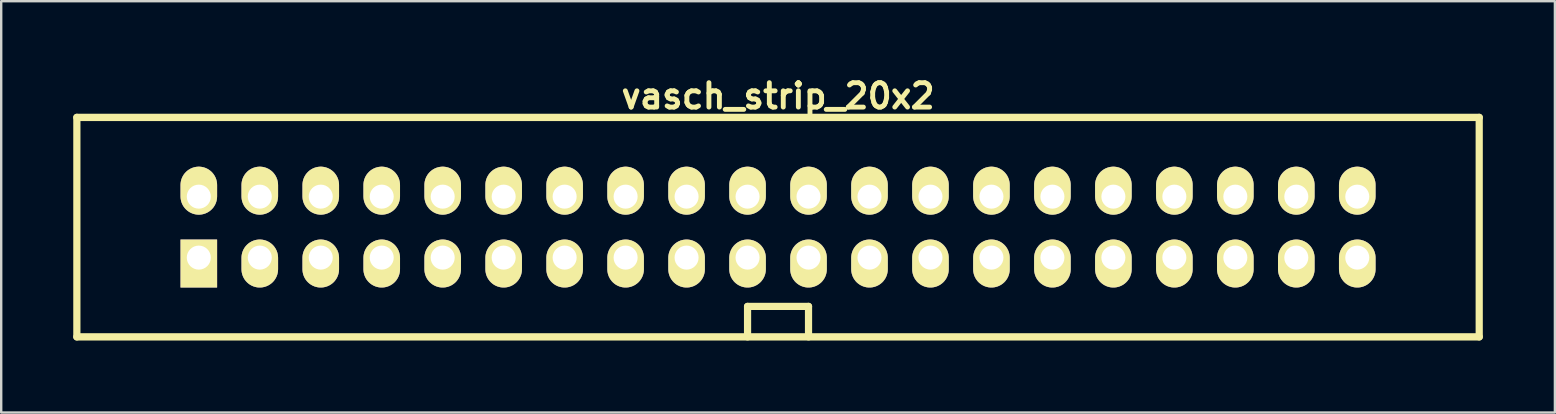
<source format=kicad_pcb>
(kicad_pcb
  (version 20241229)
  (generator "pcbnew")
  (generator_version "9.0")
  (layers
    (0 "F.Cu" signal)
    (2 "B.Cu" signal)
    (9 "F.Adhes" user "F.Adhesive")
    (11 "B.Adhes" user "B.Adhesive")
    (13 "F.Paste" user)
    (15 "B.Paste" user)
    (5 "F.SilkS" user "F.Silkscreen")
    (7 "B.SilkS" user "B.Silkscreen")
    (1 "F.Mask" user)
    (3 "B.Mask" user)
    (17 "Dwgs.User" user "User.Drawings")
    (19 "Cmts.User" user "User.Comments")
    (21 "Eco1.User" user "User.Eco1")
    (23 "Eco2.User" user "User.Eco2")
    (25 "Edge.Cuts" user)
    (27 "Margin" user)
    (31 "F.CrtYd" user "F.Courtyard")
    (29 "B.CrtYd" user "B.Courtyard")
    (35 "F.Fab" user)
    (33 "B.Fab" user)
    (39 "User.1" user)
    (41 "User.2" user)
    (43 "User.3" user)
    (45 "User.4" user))
  (footprint "vasch_strip_20x2"
    (layer "F.Cu")
    (at 29.362 6.412)
    (property "Reference" "vasch_strip_20x2" (at 0 -5.461 0) (layer "F.SilkS") (effects (font (size 1.016 1.016) (thickness 0.203))))
    (attr through_hole)
    (fp_line (start -29.21 -4.572) (end -29.21 4.572) (stroke (width 0.3) (type solid)) (layer "F.SilkS"))
    (fp_line (start -29.21 4.572) (end 29.21 4.572) (stroke (width 0.305) (type solid)) (layer "F.SilkS"))
    (fp_line (start -1.27 3.302) (end -1.27 4.572) (stroke (width 0.3) (type solid)) (layer "F.SilkS"))
    (fp_line (start 1.27 3.302) (end -1.27 3.302) (stroke (width 0.3) (type solid)) (layer "F.SilkS"))
    (fp_line (start 1.27 4.572) (end 1.27 3.302) (stroke (width 0.3) (type solid)) (layer "F.SilkS"))
    (fp_line (start 29.21 -4.572) (end -29.21 -4.572) (stroke (width 0.305) (type solid)) (layer "F.SilkS"))
    (fp_line (start 29.21 -4.572) (end 29.21 4.572) (stroke (width 0.3) (type solid)) (layer "F.SilkS"))
    (pad "1" thru_hole rect (at -24.13 1.27) (size 1.524 1.999) (drill 1.001 (offset 0 0.246)) (layers "*.Cu" "*.Mask" "F.SilkS"))
    (pad "2" thru_hole oval (at -24.13 -1.27) (size 1.524 1.999) (drill 1.001 (offset 0 -0.249)) (layers "*.Cu" "*.Mask" "F.SilkS"))
    (pad "3" thru_hole oval (at -21.59 1.27) (size 1.524 1.999) (drill 1.001 (offset 0 0.246)) (layers "*.Cu" "*.Mask" "F.SilkS"))
    (pad "4" thru_hole oval (at -21.59 -1.27) (size 1.524 1.999) (drill 1.001 (offset 0 -0.249)) (layers "*.Cu" "*.Mask" "F.SilkS"))
    (pad "5" thru_hole oval (at -19.05 1.27) (size 1.524 1.999) (drill 1.001 (offset 0 0.246)) (layers "*.Cu" "*.Mask" "F.SilkS"))
    (pad "6" thru_hole oval (at -19.05 -1.27) (size 1.524 1.999) (drill 1.001 (offset 0 -0.249)) (layers "*.Cu" "*.Mask" "F.SilkS"))
    (pad "7" thru_hole oval (at -16.51 1.27) (size 1.524 1.999) (drill 1.001 (offset 0 0.246)) (layers "*.Cu" "*.Mask" "F.SilkS"))
    (pad "8" thru_hole oval (at -16.51 -1.27) (size 1.524 1.999) (drill 1.001 (offset 0 -0.249)) (layers "*.Cu" "*.Mask" "F.SilkS"))
    (pad "9" thru_hole oval (at -13.97 1.27) (size 1.524 1.999) (drill 1.001 (offset 0 0.246)) (layers "*.Cu" "*.Mask" "F.SilkS"))
    (pad "10" thru_hole oval (at -13.97 -1.27) (size 1.524 1.999) (drill 1.001 (offset 0 -0.249)) (layers "*.Cu" "*.Mask" "F.SilkS"))
    (pad "11" thru_hole oval (at -11.43 1.27) (size 1.524 1.999) (drill 1.001 (offset 0 0.246)) (layers "*.Cu" "*.Mask" "F.SilkS"))
    (pad "12" thru_hole oval (at -11.43 -1.27) (size 1.524 1.999) (drill 1.001 (offset 0 -0.249)) (layers "*.Cu" "*.Mask" "F.SilkS"))
    (pad "13" thru_hole oval (at -8.89 1.27) (size 1.524 1.999) (drill 1.001 (offset 0 0.246)) (layers "*.Cu" "*.Mask" "F.SilkS"))
    (pad "14" thru_hole oval (at -8.89 -1.27) (size 1.524 1.999) (drill 1.001 (offset 0 -0.249)) (layers "*.Cu" "*.Mask" "F.SilkS"))
    (pad "15" thru_hole oval (at -6.35 1.27) (size 1.524 1.999) (drill 1.001 (offset 0 0.246)) (layers "*.Cu" "*.Mask" "F.SilkS"))
    (pad "16" thru_hole oval (at -6.35 -1.27) (size 1.524 1.999) (drill 1.001 (offset 0 -0.249)) (layers "*.Cu" "*.Mask" "F.SilkS"))
    (pad "17" thru_hole oval (at -3.81 1.27) (size 1.524 1.999) (drill 1.001 (offset 0 0.246)) (layers "*.Cu" "*.Mask" "F.SilkS"))
    (pad "18" thru_hole oval (at -3.81 -1.27) (size 1.524 1.999) (drill 1.001 (offset 0 -0.249)) (layers "*.Cu" "*.Mask" "F.SilkS"))
    (pad "19" thru_hole oval (at -1.27 1.27) (size 1.524 1.999) (drill 1.001 (offset 0 0.246)) (layers "*.Cu" "*.Mask" "F.SilkS"))
    (pad "20" thru_hole oval (at -1.27 -1.27) (size 1.524 1.999) (drill 1.001 (offset 0 -0.249)) (layers "*.Cu" "*.Mask" "F.SilkS"))
    (pad "21" thru_hole oval (at 1.27 1.27) (size 1.524 1.999) (drill 1.001 (offset 0 0.246)) (layers "*.Cu" "*.Mask" "F.SilkS"))
    (pad "22" thru_hole oval (at 1.27 -1.27) (size 1.524 1.999) (drill 1.001 (offset 0 -0.249)) (layers "*.Cu" "*.Mask" "F.SilkS"))
    (pad "23" thru_hole oval (at 3.81 1.27) (size 1.524 1.999) (drill 1.001 (offset 0 0.246)) (layers "*.Cu" "*.Mask" "F.SilkS"))
    (pad "24" thru_hole oval (at 3.81 -1.27) (size 1.524 1.999) (drill 1.001 (offset 0 -0.249)) (layers "*.Cu" "*.Mask" "F.SilkS"))
    (pad "25" thru_hole oval (at 6.35 1.27) (size 1.524 1.999) (drill 1.001 (offset 0 0.246)) (layers "*.Cu" "*.Mask" "F.SilkS"))
    (pad "26" thru_hole oval (at 6.35 -1.27) (size 1.524 1.999) (drill 1.001 (offset 0 -0.249)) (layers "*.Cu" "*.Mask" "F.SilkS"))
    (pad "27" thru_hole oval (at 8.89 1.27) (size 1.524 1.999) (drill 1.001 (offset 0 0.246)) (layers "*.Cu" "*.Mask" "F.SilkS"))
    (pad "28" thru_hole oval (at 8.89 -1.27) (size 1.524 1.999) (drill 1.001 (offset 0 -0.249)) (layers "*.Cu" "*.Mask" "F.SilkS"))
    (pad "29" thru_hole oval (at 11.43 1.27) (size 1.524 1.999) (drill 1.001 (offset 0 0.246)) (layers "*.Cu" "*.Mask" "F.SilkS"))
    (pad "30" thru_hole oval (at 11.43 -1.27) (size 1.524 1.999) (drill 1.001 (offset 0 -0.249)) (layers "*.Cu" "*.Mask" "F.SilkS"))
    (pad "31" thru_hole oval (at 13.97 1.27) (size 1.524 1.999) (drill 1.001 (offset 0 0.246)) (layers "*.Cu" "*.Mask" "F.SilkS"))
    (pad "32" thru_hole oval (at 13.97 -1.27) (size 1.524 1.999) (drill 1.001 (offset 0 -0.249)) (layers "*.Cu" "*.Mask" "F.SilkS"))
    (pad "33" thru_hole oval (at 16.51 1.27) (size 1.524 1.999) (drill 1.001 (offset 0 0.246)) (layers "*.Cu" "*.Mask" "F.SilkS"))
    (pad "34" thru_hole oval (at 16.51 -1.27) (size 1.524 1.999) (drill 1.001 (offset 0 -0.249)) (layers "*.Cu" "*.Mask" "F.SilkS"))
    (pad "35" thru_hole oval (at 19.05 1.27) (size 1.524 1.999) (drill 1.001 (offset 0 0.246)) (layers "*.Cu" "*.Mask" "F.SilkS"))
    (pad "36" thru_hole oval (at 19.05 -1.27) (size 1.524 1.999) (drill 1.001 (offset 0 -0.249)) (layers "*.Cu" "*.Mask" "F.SilkS"))
    (pad "37" thru_hole oval (at 21.59 1.27) (size 1.524 1.999) (drill 1.001 (offset 0 0.246)) (layers "*.Cu" "*.Mask" "F.SilkS"))
    (pad "38" thru_hole oval (at 21.59 -1.27) (size 1.524 1.999) (drill 1.001 (offset 0 -0.249)) (layers "*.Cu" "*.Mask" "F.SilkS"))
    (pad "39" thru_hole oval (at 24.13 1.27) (size 1.524 1.999) (drill 1.001 (offset 0 0.246)) (layers "*.Cu" "*.Mask" "F.SilkS"))
    (pad "40" thru_hole oval (at 24.13 -1.27) (size 1.524 1.999) (drill 1.001 (offset 0 -0.249)) (layers "*.Cu" "*.Mask" "F.SilkS")))
  (gr_rect
    (start -3 -3)
    (end 61.725 14.136)
    (stroke (width 0.1) (type default))
    (fill no)
    (layer "Edge.Cuts")))
</source>
